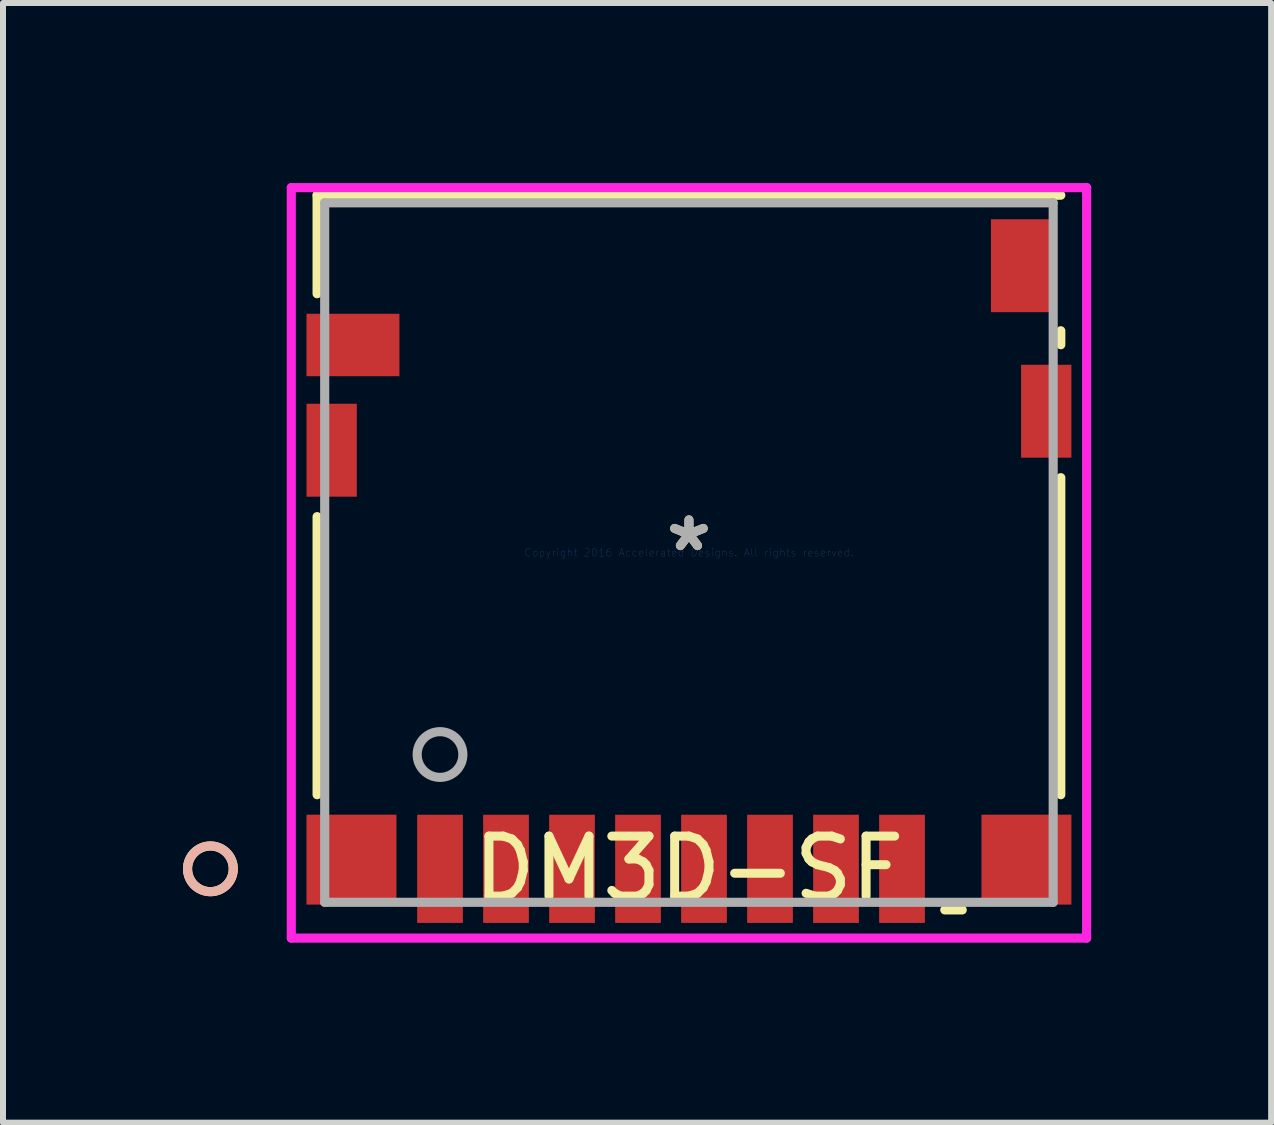
<source format=kicad_pcb>
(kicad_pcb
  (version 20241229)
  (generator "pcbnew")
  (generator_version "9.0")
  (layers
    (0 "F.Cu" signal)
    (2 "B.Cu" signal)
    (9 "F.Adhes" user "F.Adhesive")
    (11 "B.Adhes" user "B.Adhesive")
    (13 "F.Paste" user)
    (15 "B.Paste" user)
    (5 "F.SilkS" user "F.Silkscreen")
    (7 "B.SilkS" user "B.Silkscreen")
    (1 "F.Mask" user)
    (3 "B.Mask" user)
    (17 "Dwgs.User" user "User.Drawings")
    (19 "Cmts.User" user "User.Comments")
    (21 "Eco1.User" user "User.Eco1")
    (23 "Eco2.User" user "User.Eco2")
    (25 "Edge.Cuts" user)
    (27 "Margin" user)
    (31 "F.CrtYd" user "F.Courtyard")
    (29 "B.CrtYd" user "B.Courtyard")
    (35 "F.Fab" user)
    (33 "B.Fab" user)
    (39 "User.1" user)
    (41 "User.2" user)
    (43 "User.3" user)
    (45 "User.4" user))
  (footprint "DM3D-SF"
    (layer "F.Cu")
    (at 8.433 6.16)
    (property "Reference" "DM3D-SF" (at 0 5.271 0) (layer "F.SilkS") (effects (font (size 1 1) (thickness 0.15))))
    (attr through_hole)
    (fp_line (start -6.198 -5.956) (end -6.198 -4.314) (stroke (width 0.152) (type solid)) (layer "F.SilkS"))
    (fp_line (start -6.198 -0.599) (end -6.198 4.036) (stroke (width 0.152) (type solid)) (layer "F.SilkS"))
    (fp_line (start 4.264 5.956) (end 4.555 5.956) (stroke (width 0.152) (type solid)) (layer "F.SilkS"))
    (fp_line (start 6.198 -5.956) (end -6.198 -5.956) (stroke (width 0.152) (type solid)) (layer "F.SilkS"))
    (fp_line (start 6.198 -3.464) (end 6.198 -3.697) (stroke (width 0.152) (type solid)) (layer "F.SilkS"))
    (fp_line (start 6.198 4.036) (end 6.198 -1.249) (stroke (width 0.152) (type solid)) (layer "F.SilkS"))
    (fp_circle (center -7.976 5.271) (end -7.595 5.271) (stroke (width 0.152) (type solid)) (fill no) (layer "F.SilkS"))
    (fp_circle (center -7.976 5.271) (end -7.595 5.271) (stroke (width 0.152) (type solid)) (fill no) (layer "B.SilkS"))
    (fp_line (start -6.628 -6.083) (end -6.628 6.426) (stroke (width 0.152) (type solid)) (layer "F.CrtYd"))
    (fp_line (start -6.628 6.426) (end 6.628 6.426) (stroke (width 0.152) (type solid)) (layer "F.CrtYd"))
    (fp_line (start 6.628 -6.083) (end -6.628 -6.083) (stroke (width 0.152) (type solid)) (layer "F.CrtYd"))
    (fp_line (start 6.628 6.426) (end 6.628 -6.083) (stroke (width 0.152) (type solid)) (layer "F.CrtYd"))
    (fp_line (start -6.071 -5.829) (end -6.071 5.829) (stroke (width 0.152) (type solid)) (layer "F.Fab"))
    (fp_line (start -6.071 5.829) (end 6.071 5.829) (stroke (width 0.152) (type solid)) (layer "F.Fab"))
    (fp_line (start 6.071 -5.829) (end -6.071 -5.829) (stroke (width 0.152) (type solid)) (layer "F.Fab"))
    (fp_line (start 6.071 5.829) (end 6.071 -5.829) (stroke (width 0.152) (type solid)) (layer "F.Fab"))
    (fp_circle (center -4.149 3.366) (end -3.768 3.366) (stroke (width 0.152) (type solid)) (fill no) (layer "F.Fab"))
    (fp_text user "*" (at 0 0 0) (layer "F.SilkS") (effects (font (size 1 1) (thickness 0.15))))
    (fp_text user "Copyright 2016 Accelerated Designs. All rights reserved." (at 0 0 0) (layer "Cmts.User") (effects (font (size 0.127 0.127) (thickness 0.002))))
    (fp_text user "*" (at 0 0 0) (layer "F.Fab") (effects (font (size 1 1) (thickness 0.15))))
    (pad "1" smd rect (at -4.149 5.271) (size 0.762 1.803) (layers "F.Cu" "F.Mask" "F.Paste"))
    (pad "2" smd rect (at -3.049 5.271) (size 0.762 1.803) (layers "F.Cu" "F.Mask" "F.Paste"))
    (pad "3" smd rect (at -1.949 5.271) (size 0.762 1.803) (layers "F.Cu" "F.Mask" "F.Paste"))
    (pad "4" smd rect (at -0.849 5.271) (size 0.762 1.803) (layers "F.Cu" "F.Mask" "F.Paste"))
    (pad "5" smd rect (at 0.251 5.271) (size 0.762 1.803) (layers "F.Cu" "F.Mask" "F.Paste"))
    (pad "6" smd rect (at 1.351 5.271) (size 0.762 1.803) (layers "F.Cu" "F.Mask" "F.Paste"))
    (pad "7" smd rect (at 2.451 5.271) (size 0.762 1.803) (layers "F.Cu" "F.Mask" "F.Paste"))
    (pad "8" smd rect (at 3.551 5.271) (size 0.762 1.803) (layers "F.Cu" "F.Mask" "F.Paste"))
    (pad "9" smd rect (at -5.625 5.118 90) (size 1.499 1.499) (layers "F.Cu" "F.Mask" "F.Paste"))
    (pad "10" smd rect (at 5.625 5.118 90) (size 1.499 1.499) (layers "F.Cu" "F.Mask" "F.Paste"))
    (pad "11" smd rect (at -5.955 -1.706 90) (size 1.549 0.838) (layers "F.Cu" "F.Mask" "F.Paste"))
    (pad "12" smd rect (at 5.955 -2.356 90) (size 1.549 0.838) (layers "F.Cu" "F.Mask" "F.Paste"))
    (pad "13" smd rect (at -5.6 -3.46) (size 1.549 1.041) (layers "F.Cu" "F.Mask" "F.Paste"))
    (pad "14" smd rect (at 5.554 -4.781) (size 1.041 1.549) (layers "F.Cu" "F.Mask" "F.Paste")))
  (gr_rect
    (start -3 -3)
    (end 18.137 15.662)
    (stroke (width 0.1) (type default))
    (fill no)
    (layer "Edge.Cuts")))
</source>
